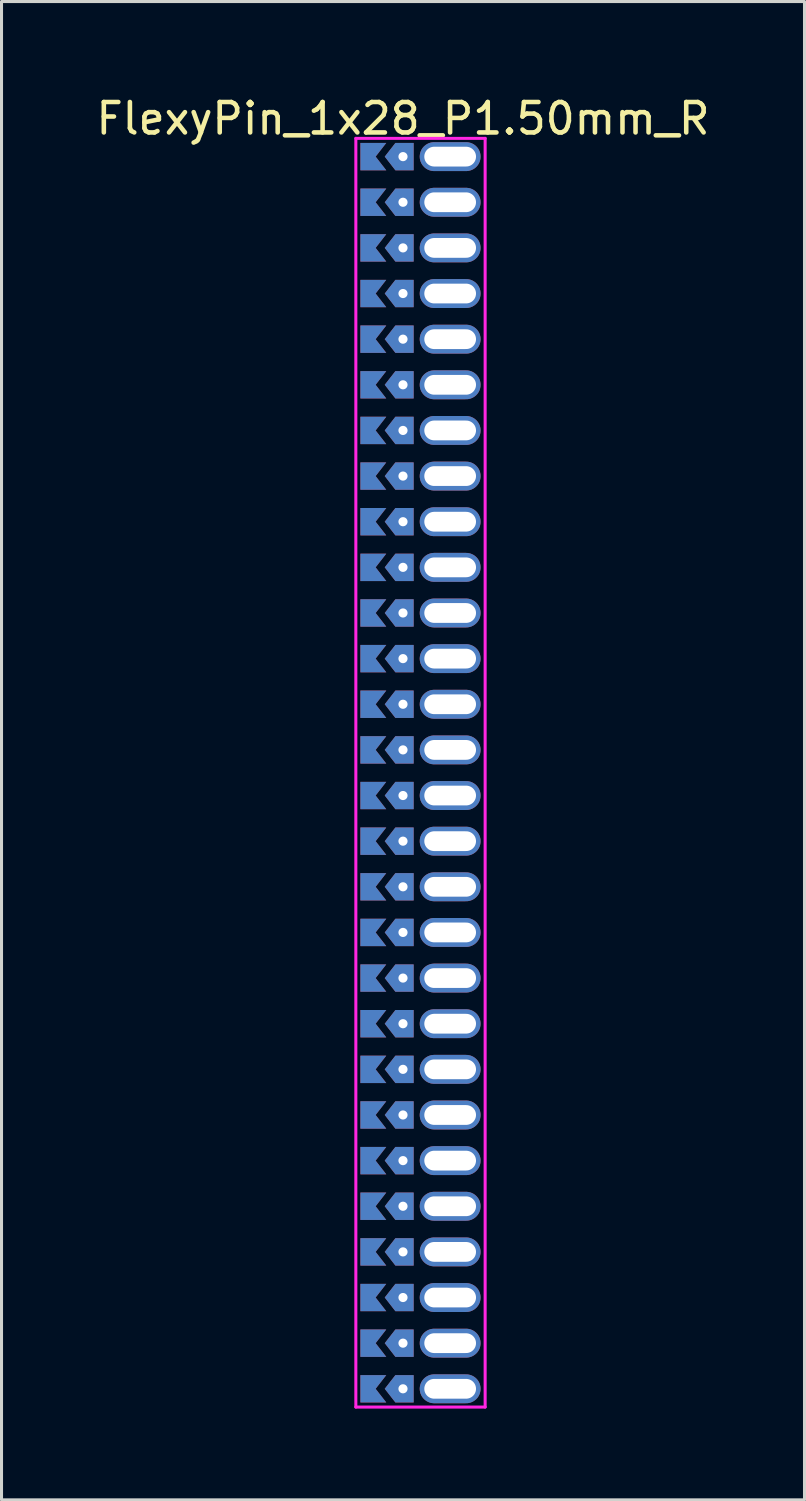
<source format=kicad_pcb>
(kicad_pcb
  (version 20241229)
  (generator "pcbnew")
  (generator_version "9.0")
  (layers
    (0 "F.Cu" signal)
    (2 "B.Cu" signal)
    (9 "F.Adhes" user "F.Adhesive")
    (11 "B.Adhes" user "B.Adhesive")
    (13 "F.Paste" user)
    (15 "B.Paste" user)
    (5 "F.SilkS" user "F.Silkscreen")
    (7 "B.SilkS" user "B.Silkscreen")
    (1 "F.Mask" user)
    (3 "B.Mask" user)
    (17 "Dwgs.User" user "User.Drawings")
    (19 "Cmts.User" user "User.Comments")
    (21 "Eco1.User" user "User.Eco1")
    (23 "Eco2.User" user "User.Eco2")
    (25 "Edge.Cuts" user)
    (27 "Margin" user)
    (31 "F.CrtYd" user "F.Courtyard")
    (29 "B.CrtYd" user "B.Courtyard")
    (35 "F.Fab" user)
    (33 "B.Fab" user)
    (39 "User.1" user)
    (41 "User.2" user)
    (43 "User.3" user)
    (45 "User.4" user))
  (footprint "FlexyPin_1x28_P1.50mm_R"
    (layer "F.Cu")
    (at 10.196 2.098)
    (property "Reference" "FlexyPin_1x28_P1.50mm_R" (at 0 -1.25 0) (layer "F.SilkS") (effects (font (size 1 1) (thickness 0.15))))
    (attr through_hole)
    (fp_line (start -1.55 -0.6) (end 2.7 -0.6) (stroke (width 0.1) (type solid)) (layer "F.CrtYd"))
    (fp_line (start -1.55 41.1) (end -1.55 -0.6) (stroke (width 0.1) (type solid)) (layer "F.CrtYd"))
    (fp_line (start 2.7 -0.6) (end 2.7 41.1) (stroke (width 0.1) (type solid)) (layer "F.CrtYd"))
    (fp_line (start 2.7 41.1) (end -1.55 41.1) (stroke (width 0.1) (type solid)) (layer "F.CrtYd"))
    (pad "" thru_hole custom (at 0 0) (size 0.3 0.3) (drill 0.6) (layers "*.Cu" "*.Mask") (options (anchor rect)) (primitives (gr_poly (pts (xy 0.35 0.45) (xy 0.35 -0.45) (xy -0.25 -0.45) (xy -0.6 0) (xy -0.25 0.45)) (width 0) (fill yes))))
    (pad "" thru_hole custom (at 0 1.5) (size 0.3 0.3) (drill 0.6) (layers "*.Cu" "*.Mask") (options (anchor rect)) (primitives (gr_poly (pts (xy 0.35 0.45) (xy 0.35 -0.45) (xy -0.25 -0.45) (xy -0.6 0) (xy -0.25 0.45)) (width 0) (fill yes))))
    (pad "" thru_hole custom (at 0 3) (size 0.3 0.3) (drill 0.6) (layers "*.Cu" "*.Mask") (options (anchor rect)) (primitives (gr_poly (pts (xy 0.35 0.45) (xy 0.35 -0.45) (xy -0.25 -0.45) (xy -0.6 0) (xy -0.25 0.45)) (width 0) (fill yes))))
    (pad "" thru_hole custom (at 0 4.5) (size 0.3 0.3) (drill 0.6) (layers "*.Cu" "*.Mask") (options (anchor rect)) (primitives (gr_poly (pts (xy 0.35 0.45) (xy 0.35 -0.45) (xy -0.25 -0.45) (xy -0.6 0) (xy -0.25 0.45)) (width 0) (fill yes))))
    (pad "" thru_hole custom (at 0 6) (size 0.3 0.3) (drill 0.6) (layers "*.Cu" "*.Mask") (options (anchor rect)) (primitives (gr_poly (pts (xy 0.35 0.45) (xy 0.35 -0.45) (xy -0.25 -0.45) (xy -0.6 0) (xy -0.25 0.45)) (width 0) (fill yes))))
    (pad "" thru_hole custom (at 0 7.5) (size 0.3 0.3) (drill 0.6) (layers "*.Cu" "*.Mask") (options (anchor rect)) (primitives (gr_poly (pts (xy 0.35 0.45) (xy 0.35 -0.45) (xy -0.25 -0.45) (xy -0.6 0) (xy -0.25 0.45)) (width 0) (fill yes))))
    (pad "" thru_hole custom (at 0 9) (size 0.3 0.3) (drill 0.6) (layers "*.Cu" "*.Mask") (options (anchor rect)) (primitives (gr_poly (pts (xy 0.35 0.45) (xy 0.35 -0.45) (xy -0.25 -0.45) (xy -0.6 0) (xy -0.25 0.45)) (width 0) (fill yes))))
    (pad "" thru_hole custom (at 0 10.5) (size 0.3 0.3) (drill 0.6) (layers "*.Cu" "*.Mask") (options (anchor rect)) (primitives (gr_poly (pts (xy 0.35 0.45) (xy 0.35 -0.45) (xy -0.25 -0.45) (xy -0.6 0) (xy -0.25 0.45)) (width 0) (fill yes))))
    (pad "" thru_hole custom (at 0 12) (size 0.3 0.3) (drill 0.6) (layers "*.Cu" "*.Mask") (options (anchor rect)) (primitives (gr_poly (pts (xy 0.35 0.45) (xy 0.35 -0.45) (xy -0.25 -0.45) (xy -0.6 0) (xy -0.25 0.45)) (width 0) (fill yes))))
    (pad "" thru_hole custom (at 0 13.5) (size 0.3 0.3) (drill 0.6) (layers "*.Cu" "*.Mask") (options (anchor rect)) (primitives (gr_poly (pts (xy 0.35 0.45) (xy 0.35 -0.45) (xy -0.25 -0.45) (xy -0.6 0) (xy -0.25 0.45)) (width 0) (fill yes))))
    (pad "" thru_hole custom (at 0 15) (size 0.3 0.3) (drill 0.6) (layers "*.Cu" "*.Mask") (options (anchor rect)) (primitives (gr_poly (pts (xy 0.35 0.45) (xy 0.35 -0.45) (xy -0.25 -0.45) (xy -0.6 0) (xy -0.25 0.45)) (width 0) (fill yes))))
    (pad "" thru_hole custom (at 0 16.5) (size 0.3 0.3) (drill 0.6) (layers "*.Cu" "*.Mask") (options (anchor rect)) (primitives (gr_poly (pts (xy 0.35 0.45) (xy 0.35 -0.45) (xy -0.25 -0.45) (xy -0.6 0) (xy -0.25 0.45)) (width 0) (fill yes))))
    (pad "" thru_hole custom (at 0 18) (size 0.3 0.3) (drill 0.6) (layers "*.Cu" "*.Mask") (options (anchor rect)) (primitives (gr_poly (pts (xy 0.35 0.45) (xy 0.35 -0.45) (xy -0.25 -0.45) (xy -0.6 0) (xy -0.25 0.45)) (width 0) (fill yes))))
    (pad "" thru_hole custom (at 0 19.5) (size 0.3 0.3) (drill 0.6) (layers "*.Cu" "*.Mask") (options (anchor rect)) (primitives (gr_poly (pts (xy 0.35 0.45) (xy 0.35 -0.45) (xy -0.25 -0.45) (xy -0.6 0) (xy -0.25 0.45)) (width 0) (fill yes))))
    (pad "" thru_hole custom (at 0 21) (size 0.3 0.3) (drill 0.6) (layers "*.Cu" "*.Mask") (options (anchor rect)) (primitives (gr_poly (pts (xy 0.35 0.45) (xy 0.35 -0.45) (xy -0.25 -0.45) (xy -0.6 0) (xy -0.25 0.45)) (width 0) (fill yes))))
    (pad "" thru_hole custom (at 0 22.5) (size 0.3 0.3) (drill 0.6) (layers "*.Cu" "*.Mask") (options (anchor rect)) (primitives (gr_poly (pts (xy 0.35 0.45) (xy 0.35 -0.45) (xy -0.25 -0.45) (xy -0.6 0) (xy -0.25 0.45)) (width 0) (fill yes))))
    (pad "" thru_hole custom (at 0 24) (size 0.3 0.3) (drill 0.6) (layers "*.Cu" "*.Mask") (options (anchor rect)) (primitives (gr_poly (pts (xy 0.35 0.45) (xy 0.35 -0.45) (xy -0.25 -0.45) (xy -0.6 0) (xy -0.25 0.45)) (width 0) (fill yes))))
    (pad "" thru_hole custom (at 0 25.5) (size 0.3 0.3) (drill 0.6) (layers "*.Cu" "*.Mask") (options (anchor rect)) (primitives (gr_poly (pts (xy 0.35 0.45) (xy 0.35 -0.45) (xy -0.25 -0.45) (xy -0.6 0) (xy -0.25 0.45)) (width 0) (fill yes))))
    (pad "" thru_hole custom (at 0 27) (size 0.3 0.3) (drill 0.6) (layers "*.Cu" "*.Mask") (options (anchor rect)) (primitives (gr_poly (pts (xy 0.35 0.45) (xy 0.35 -0.45) (xy -0.25 -0.45) (xy -0.6 0) (xy -0.25 0.45)) (width 0) (fill yes))))
    (pad "" thru_hole custom (at 0 28.5) (size 0.3 0.3) (drill 0.6) (layers "*.Cu" "*.Mask") (options (anchor rect)) (primitives (gr_poly (pts (xy 0.35 0.45) (xy 0.35 -0.45) (xy -0.25 -0.45) (xy -0.6 0) (xy -0.25 0.45)) (width 0) (fill yes))))
    (pad "" thru_hole custom (at 0 30) (size 0.3 0.3) (drill 0.6) (layers "*.Cu" "*.Mask") (options (anchor rect)) (primitives (gr_poly (pts (xy 0.35 0.45) (xy 0.35 -0.45) (xy -0.25 -0.45) (xy -0.6 0) (xy -0.25 0.45)) (width 0) (fill yes))))
    (pad "" thru_hole custom (at 0 31.5) (size 0.3 0.3) (drill 0.6) (layers "*.Cu" "*.Mask") (options (anchor rect)) (primitives (gr_poly (pts (xy 0.35 0.45) (xy 0.35 -0.45) (xy -0.25 -0.45) (xy -0.6 0) (xy -0.25 0.45)) (width 0) (fill yes))))
    (pad "" thru_hole custom (at 0 33) (size 0.3 0.3) (drill 0.6) (layers "*.Cu" "*.Mask") (options (anchor rect)) (primitives (gr_poly (pts (xy 0.35 0.45) (xy 0.35 -0.45) (xy -0.25 -0.45) (xy -0.6 0) (xy -0.25 0.45)) (width 0) (fill yes))))
    (pad "" thru_hole custom (at 0 34.5) (size 0.3 0.3) (drill 0.6) (layers "*.Cu" "*.Mask") (options (anchor rect)) (primitives (gr_poly (pts (xy 0.35 0.45) (xy 0.35 -0.45) (xy -0.25 -0.45) (xy -0.6 0) (xy -0.25 0.45)) (width 0) (fill yes))))
    (pad "" thru_hole custom (at 0 36) (size 0.3 0.3) (drill 0.6) (layers "*.Cu" "*.Mask") (options (anchor rect)) (primitives (gr_poly (pts (xy 0.35 0.45) (xy 0.35 -0.45) (xy -0.25 -0.45) (xy -0.6 0) (xy -0.25 0.45)) (width 0) (fill yes))))
    (pad "" thru_hole custom (at 0 37.5) (size 0.3 0.3) (drill 0.6) (layers "*.Cu" "*.Mask") (options (anchor rect)) (primitives (gr_poly (pts (xy 0.35 0.45) (xy 0.35 -0.45) (xy -0.25 -0.45) (xy -0.6 0) (xy -0.25 0.45)) (width 0) (fill yes))))
    (pad "" thru_hole custom (at 0 39) (size 0.3 0.3) (drill 0.6) (layers "*.Cu" "*.Mask") (options (anchor rect)) (primitives (gr_poly (pts (xy 0.35 0.45) (xy 0.35 -0.45) (xy -0.25 -0.45) (xy -0.6 0) (xy -0.25 0.45)) (width 0) (fill yes))))
    (pad "" thru_hole custom (at 0 40.5) (size 0.3 0.3) (drill 0.6) (layers "*.Cu" "*.Mask") (options (anchor rect)) (primitives (gr_poly (pts (xy 0.35 0.45) (xy 0.35 -0.45) (xy -0.25 -0.45) (xy -0.6 0) (xy -0.25 0.45)) (width 0) (fill yes))))
    (pad "" thru_hole oval (at 1.55 0) (size 2 0.95) (drill oval 1.7 0.65) (layers "*.Cu" "*.Mask"))
    (pad "" thru_hole oval (at 1.55 1.5) (size 2 0.95) (drill oval 1.7 0.65) (layers "*.Cu" "*.Mask"))
    (pad "" thru_hole oval (at 1.55 3) (size 2 0.95) (drill oval 1.7 0.65) (layers "*.Cu" "*.Mask"))
    (pad "" thru_hole oval (at 1.55 4.5) (size 2 0.95) (drill oval 1.7 0.65) (layers "*.Cu" "*.Mask"))
    (pad "" thru_hole oval (at 1.55 6) (size 2 0.95) (drill oval 1.7 0.65) (layers "*.Cu" "*.Mask"))
    (pad "" thru_hole oval (at 1.55 7.5) (size 2 0.95) (drill oval 1.7 0.65) (layers "*.Cu" "*.Mask"))
    (pad "" thru_hole oval (at 1.55 9) (size 2 0.95) (drill oval 1.7 0.65) (layers "*.Cu" "*.Mask"))
    (pad "" thru_hole oval (at 1.55 10.5) (size 2 0.95) (drill oval 1.7 0.65) (layers "*.Cu" "*.Mask"))
    (pad "" thru_hole oval (at 1.55 12) (size 2 0.95) (drill oval 1.7 0.65) (layers "*.Cu" "*.Mask"))
    (pad "" thru_hole oval (at 1.55 13.5) (size 2 0.95) (drill oval 1.7 0.65) (layers "*.Cu" "*.Mask"))
    (pad "" thru_hole oval (at 1.55 15) (size 2 0.95) (drill oval 1.7 0.65) (layers "*.Cu" "*.Mask"))
    (pad "" thru_hole oval (at 1.55 16.5) (size 2 0.95) (drill oval 1.7 0.65) (layers "*.Cu" "*.Mask"))
    (pad "" thru_hole oval (at 1.55 18) (size 2 0.95) (drill oval 1.7 0.65) (layers "*.Cu" "*.Mask"))
    (pad "" thru_hole oval (at 1.55 19.5) (size 2 0.95) (drill oval 1.7 0.65) (layers "*.Cu" "*.Mask"))
    (pad "" thru_hole oval (at 1.55 21) (size 2 0.95) (drill oval 1.7 0.65) (layers "*.Cu" "*.Mask"))
    (pad "" thru_hole oval (at 1.55 22.5) (size 2 0.95) (drill oval 1.7 0.65) (layers "*.Cu" "*.Mask"))
    (pad "" thru_hole oval (at 1.55 24) (size 2 0.95) (drill oval 1.7 0.65) (layers "*.Cu" "*.Mask"))
    (pad "" thru_hole oval (at 1.55 25.5) (size 2 0.95) (drill oval 1.7 0.65) (layers "*.Cu" "*.Mask"))
    (pad "" thru_hole oval (at 1.55 27) (size 2 0.95) (drill oval 1.7 0.65) (layers "*.Cu" "*.Mask"))
    (pad "" thru_hole oval (at 1.55 28.5) (size 2 0.95) (drill oval 1.7 0.65) (layers "*.Cu" "*.Mask"))
    (pad "" thru_hole oval (at 1.55 30) (size 2 0.95) (drill oval 1.7 0.65) (layers "*.Cu" "*.Mask"))
    (pad "" thru_hole oval (at 1.55 31.5) (size 2 0.95) (drill oval 1.7 0.65) (layers "*.Cu" "*.Mask"))
    (pad "" thru_hole oval (at 1.55 33) (size 2 0.95) (drill oval 1.7 0.65) (layers "*.Cu" "*.Mask"))
    (pad "" thru_hole oval (at 1.55 34.5) (size 2 0.95) (drill oval 1.7 0.65) (layers "*.Cu" "*.Mask"))
    (pad "" thru_hole oval (at 1.55 36) (size 2 0.95) (drill oval 1.7 0.65) (layers "*.Cu" "*.Mask"))
    (pad "" thru_hole oval (at 1.55 37.5) (size 2 0.95) (drill oval 1.7 0.65) (layers "*.Cu" "*.Mask"))
    (pad "" thru_hole oval (at 1.55 39) (size 2 0.95) (drill oval 1.7 0.65) (layers "*.Cu" "*.Mask"))
    (pad "" thru_hole oval (at 1.55 40.5) (size 2 0.95) (drill oval 1.7 0.65) (layers "*.Cu" "*.Mask"))
    (pad "1" smd custom (at -0.9 0) (size 0.01 0.01) (layers "F.Cu" "F.Mask") (options (anchor rect)) (primitives (gr_poly (pts (xy 0 0) (xy 0.35 0.45) (xy -0.5 0.45) (xy -0.5 -0.45) (xy 0.35 -0.45)) (width 0) (fill yes))))
    (pad "2" smd custom (at -0.9 1.5) (size 0.01 0.01) (layers "F.Cu" "F.Mask") (options (anchor rect)) (primitives (gr_poly (pts (xy 0 0) (xy 0.35 0.45) (xy -0.5 0.45) (xy -0.5 -0.45) (xy 0.35 -0.45)) (width 0) (fill yes))))
    (pad "3" smd custom (at -0.9 3) (size 0.01 0.01) (layers "F.Cu" "F.Mask") (options (anchor rect)) (primitives (gr_poly (pts (xy 0 0) (xy 0.35 0.45) (xy -0.5 0.45) (xy -0.5 -0.45) (xy 0.35 -0.45)) (width 0) (fill yes))))
    (pad "4" smd custom (at -0.9 4.5) (size 0.01 0.01) (layers "F.Cu" "F.Mask") (options (anchor rect)) (primitives (gr_poly (pts (xy 0 0) (xy 0.35 0.45) (xy -0.5 0.45) (xy -0.5 -0.45) (xy 0.35 -0.45)) (width 0) (fill yes))))
    (pad "5" smd custom (at -0.9 6) (size 0.01 0.01) (layers "F.Cu" "F.Mask") (options (anchor rect)) (primitives (gr_poly (pts (xy 0 0) (xy 0.35 0.45) (xy -0.5 0.45) (xy -0.5 -0.45) (xy 0.35 -0.45)) (width 0) (fill yes))))
    (pad "6" smd custom (at -0.9 7.5) (size 0.01 0.01) (layers "F.Cu" "F.Mask") (options (anchor rect)) (primitives (gr_poly (pts (xy 0 0) (xy 0.35 0.45) (xy -0.5 0.45) (xy -0.5 -0.45) (xy 0.35 -0.45)) (width 0) (fill yes))))
    (pad "7" smd custom (at -0.9 9) (size 0.01 0.01) (layers "F.Cu" "F.Mask") (options (anchor rect)) (primitives (gr_poly (pts (xy 0 0) (xy 0.35 0.45) (xy -0.5 0.45) (xy -0.5 -0.45) (xy 0.35 -0.45)) (width 0) (fill yes))))
    (pad "8" smd custom (at -0.9 10.5) (size 0.01 0.01) (layers "F.Cu" "F.Mask") (options (anchor rect)) (primitives (gr_poly (pts (xy 0 0) (xy 0.35 0.45) (xy -0.5 0.45) (xy -0.5 -0.45) (xy 0.35 -0.45)) (width 0) (fill yes))))
    (pad "9" smd custom (at -0.9 12) (size 0.01 0.01) (layers "F.Cu" "F.Mask") (options (anchor rect)) (primitives (gr_poly (pts (xy 0 0) (xy 0.35 0.45) (xy -0.5 0.45) (xy -0.5 -0.45) (xy 0.35 -0.45)) (width 0) (fill yes))))
    (pad "10" smd custom (at -0.9 13.5) (size 0.01 0.01) (layers "F.Cu" "F.Mask") (options (anchor rect)) (primitives (gr_poly (pts (xy 0 0) (xy 0.35 0.45) (xy -0.5 0.45) (xy -0.5 -0.45) (xy 0.35 -0.45)) (width 0) (fill yes))))
    (pad "11" smd custom (at -0.9 15) (size 0.01 0.01) (layers "F.Cu" "F.Mask") (options (anchor rect)) (primitives (gr_poly (pts (xy 0 0) (xy 0.35 0.45) (xy -0.5 0.45) (xy -0.5 -0.45) (xy 0.35 -0.45)) (width 0) (fill yes))))
    (pad "12" smd custom (at -0.9 16.5) (size 0.01 0.01) (layers "F.Cu" "F.Mask") (options (anchor rect)) (primitives (gr_poly (pts (xy 0 0) (xy 0.35 0.45) (xy -0.5 0.45) (xy -0.5 -0.45) (xy 0.35 -0.45)) (width 0) (fill yes))))
    (pad "13" smd custom (at -0.9 18) (size 0.01 0.01) (layers "F.Cu" "F.Mask") (options (anchor rect)) (primitives (gr_poly (pts (xy 0 0) (xy 0.35 0.45) (xy -0.5 0.45) (xy -0.5 -0.45) (xy 0.35 -0.45)) (width 0) (fill yes))))
    (pad "14" smd custom (at -0.9 19.5) (size 0.01 0.01) (layers "F.Cu" "F.Mask") (options (anchor rect)) (primitives (gr_poly (pts (xy 0 0) (xy 0.35 0.45) (xy -0.5 0.45) (xy -0.5 -0.45) (xy 0.35 -0.45)) (width 0) (fill yes))))
    (pad "15" smd custom (at -0.9 21) (size 0.01 0.01) (layers "F.Cu" "F.Mask") (options (anchor rect)) (primitives (gr_poly (pts (xy 0 0) (xy 0.35 0.45) (xy -0.5 0.45) (xy -0.5 -0.45) (xy 0.35 -0.45)) (width 0) (fill yes))))
    (pad "16" smd custom (at -0.9 22.5) (size 0.01 0.01) (layers "F.Cu" "F.Mask") (options (anchor rect)) (primitives (gr_poly (pts (xy 0 0) (xy 0.35 0.45) (xy -0.5 0.45) (xy -0.5 -0.45) (xy 0.35 -0.45)) (width 0) (fill yes))))
    (pad "17" smd custom (at -0.9 24) (size 0.01 0.01) (layers "F.Cu" "F.Mask") (options (anchor rect)) (primitives (gr_poly (pts (xy 0 0) (xy 0.35 0.45) (xy -0.5 0.45) (xy -0.5 -0.45) (xy 0.35 -0.45)) (width 0) (fill yes))))
    (pad "18" smd custom (at -0.9 25.5) (size 0.01 0.01) (layers "F.Cu" "F.Mask") (options (anchor rect)) (primitives (gr_poly (pts (xy 0 0) (xy 0.35 0.45) (xy -0.5 0.45) (xy -0.5 -0.45) (xy 0.35 -0.45)) (width 0) (fill yes))))
    (pad "19" smd custom (at -0.9 27) (size 0.01 0.01) (layers "F.Cu" "F.Mask") (options (anchor rect)) (primitives (gr_poly (pts (xy 0 0) (xy 0.35 0.45) (xy -0.5 0.45) (xy -0.5 -0.45) (xy 0.35 -0.45)) (width 0) (fill yes))))
    (pad "20" smd custom (at -0.9 28.5) (size 0.01 0.01) (layers "F.Cu" "F.Mask") (options (anchor rect)) (primitives (gr_poly (pts (xy 0 0) (xy 0.35 0.45) (xy -0.5 0.45) (xy -0.5 -0.45) (xy 0.35 -0.45)) (width 0) (fill yes))))
    (pad "21" smd custom (at -0.9 30) (size 0.01 0.01) (layers "F.Cu" "F.Mask") (options (anchor rect)) (primitives (gr_poly (pts (xy 0 0) (xy 0.35 0.45) (xy -0.5 0.45) (xy -0.5 -0.45) (xy 0.35 -0.45)) (width 0) (fill yes))))
    (pad "22" smd custom (at -0.9 31.5) (size 0.01 0.01) (layers "F.Cu" "F.Mask") (options (anchor rect)) (primitives (gr_poly (pts (xy 0 0) (xy 0.35 0.45) (xy -0.5 0.45) (xy -0.5 -0.45) (xy 0.35 -0.45)) (width 0) (fill yes))))
    (pad "23" smd custom (at -0.9 33) (size 0.01 0.01) (layers "F.Cu" "F.Mask") (options (anchor rect)) (primitives (gr_poly (pts (xy 0 0) (xy 0.35 0.45) (xy -0.5 0.45) (xy -0.5 -0.45) (xy 0.35 -0.45)) (width 0) (fill yes))))
    (pad "24" smd custom (at -0.9 34.5) (size 0.01 0.01) (layers "F.Cu" "F.Mask") (options (anchor rect)) (primitives (gr_poly (pts (xy 0 0) (xy 0.35 0.45) (xy -0.5 0.45) (xy -0.5 -0.45) (xy 0.35 -0.45)) (width 0) (fill yes))))
    (pad "25" smd custom (at -0.9 36) (size 0.01 0.01) (layers "F.Cu" "F.Mask") (options (anchor rect)) (primitives (gr_poly (pts (xy 0 0) (xy 0.35 0.45) (xy -0.5 0.45) (xy -0.5 -0.45) (xy 0.35 -0.45)) (width 0) (fill yes))))
    (pad "26" smd custom (at -0.9 37.5) (size 0.01 0.01) (layers "F.Cu" "F.Mask") (options (anchor rect)) (primitives (gr_poly (pts (xy 0 0) (xy 0.35 0.45) (xy -0.5 0.45) (xy -0.5 -0.45) (xy 0.35 -0.45)) (width 0) (fill yes))))
    (pad "27" smd custom (at -0.9 39) (size 0.01 0.01) (layers "F.Cu" "F.Mask") (options (anchor rect)) (primitives (gr_poly (pts (xy 0 0) (xy 0.35 0.45) (xy -0.5 0.45) (xy -0.5 -0.45) (xy 0.35 -0.45)) (width 0) (fill yes))))
    (pad "28" smd custom (at -0.9 40.5) (size 0.01 0.01) (layers "F.Cu" "F.Mask") (options (anchor rect)) (primitives (gr_poly (pts (xy 0 0) (xy 0.35 0.45) (xy -0.5 0.45) (xy -0.5 -0.45) (xy 0.35 -0.45)) (width 0) (fill yes))))
    (pad "29" smd custom (at -0.9 0) (size 0.01 0.01) (layers "B.Cu" "B.Mask") (options (anchor rect)) (primitives (gr_poly (pts (xy 0 0) (xy 0.35 0.45) (xy -0.5 0.45) (xy -0.5 -0.45) (xy 0.35 -0.45)) (width 0) (fill yes))))
    (pad "30" smd custom (at -0.9 1.5) (size 0.01 0.01) (layers "B.Cu" "B.Mask") (options (anchor rect)) (primitives (gr_poly (pts (xy 0 0) (xy 0.35 0.45) (xy -0.5 0.45) (xy -0.5 -0.45) (xy 0.35 -0.45)) (width 0) (fill yes))))
    (pad "31" smd custom (at -0.9 3) (size 0.01 0.01) (layers "B.Cu" "B.Mask") (options (anchor rect)) (primitives (gr_poly (pts (xy 0 0) (xy 0.35 0.45) (xy -0.5 0.45) (xy -0.5 -0.45) (xy 0.35 -0.45)) (width 0) (fill yes))))
    (pad "32" smd custom (at -0.9 4.5) (size 0.01 0.01) (layers "B.Cu" "B.Mask") (options (anchor rect)) (primitives (gr_poly (pts (xy 0 0) (xy 0.35 0.45) (xy -0.5 0.45) (xy -0.5 -0.45) (xy 0.35 -0.45)) (width 0) (fill yes))))
    (pad "33" smd custom (at -0.9 6) (size 0.01 0.01) (layers "B.Cu" "B.Mask") (options (anchor rect)) (primitives (gr_poly (pts (xy 0 0) (xy 0.35 0.45) (xy -0.5 0.45) (xy -0.5 -0.45) (xy 0.35 -0.45)) (width 0) (fill yes))))
    (pad "34" smd custom (at -0.9 7.5) (size 0.01 0.01) (layers "B.Cu" "B.Mask") (options (anchor rect)) (primitives (gr_poly (pts (xy 0 0) (xy 0.35 0.45) (xy -0.5 0.45) (xy -0.5 -0.45) (xy 0.35 -0.45)) (width 0) (fill yes))))
    (pad "35" smd custom (at -0.9 9) (size 0.01 0.01) (layers "B.Cu" "B.Mask") (options (anchor rect)) (primitives (gr_poly (pts (xy 0 0) (xy 0.35 0.45) (xy -0.5 0.45) (xy -0.5 -0.45) (xy 0.35 -0.45)) (width 0) (fill yes))))
    (pad "36" smd custom (at -0.9 10.5) (size 0.01 0.01) (layers "B.Cu" "B.Mask") (options (anchor rect)) (primitives (gr_poly (pts (xy 0 0) (xy 0.35 0.45) (xy -0.5 0.45) (xy -0.5 -0.45) (xy 0.35 -0.45)) (width 0) (fill yes))))
    (pad "37" smd custom (at -0.9 12) (size 0.01 0.01) (layers "B.Cu" "B.Mask") (options (anchor rect)) (primitives (gr_poly (pts (xy 0 0) (xy 0.35 0.45) (xy -0.5 0.45) (xy -0.5 -0.45) (xy 0.35 -0.45)) (width 0) (fill yes))))
    (pad "38" smd custom (at -0.9 13.5) (size 0.01 0.01) (layers "B.Cu" "B.Mask") (options (anchor rect)) (primitives (gr_poly (pts (xy 0 0) (xy 0.35 0.45) (xy -0.5 0.45) (xy -0.5 -0.45) (xy 0.35 -0.45)) (width 0) (fill yes))))
    (pad "39" smd custom (at -0.9 15) (size 0.01 0.01) (layers "B.Cu" "B.Mask") (options (anchor rect)) (primitives (gr_poly (pts (xy 0 0) (xy 0.35 0.45) (xy -0.5 0.45) (xy -0.5 -0.45) (xy 0.35 -0.45)) (width 0) (fill yes))))
    (pad "40" smd custom (at -0.9 16.5) (size 0.01 0.01) (layers "B.Cu" "B.Mask") (options (anchor rect)) (primitives (gr_poly (pts (xy 0 0) (xy 0.35 0.45) (xy -0.5 0.45) (xy -0.5 -0.45) (xy 0.35 -0.45)) (width 0) (fill yes))))
    (pad "41" smd custom (at -0.9 18) (size 0.01 0.01) (layers "B.Cu" "B.Mask") (options (anchor rect)) (primitives (gr_poly (pts (xy 0 0) (xy 0.35 0.45) (xy -0.5 0.45) (xy -0.5 -0.45) (xy 0.35 -0.45)) (width 0) (fill yes))))
    (pad "42" smd custom (at -0.9 19.5) (size 0.01 0.01) (layers "B.Cu" "B.Mask") (options (anchor rect)) (primitives (gr_poly (pts (xy 0 0) (xy 0.35 0.45) (xy -0.5 0.45) (xy -0.5 -0.45) (xy 0.35 -0.45)) (width 0) (fill yes))))
    (pad "43" smd custom (at -0.9 21) (size 0.01 0.01) (layers "B.Cu" "B.Mask") (options (anchor rect)) (primitives (gr_poly (pts (xy 0 0) (xy 0.35 0.45) (xy -0.5 0.45) (xy -0.5 -0.45) (xy 0.35 -0.45)) (width 0) (fill yes))))
    (pad "44" smd custom (at -0.9 22.5) (size 0.01 0.01) (layers "B.Cu" "B.Mask") (options (anchor rect)) (primitives (gr_poly (pts (xy 0 0) (xy 0.35 0.45) (xy -0.5 0.45) (xy -0.5 -0.45) (xy 0.35 -0.45)) (width 0) (fill yes))))
    (pad "45" smd custom (at -0.9 24) (size 0.01 0.01) (layers "B.Cu" "B.Mask") (options (anchor rect)) (primitives (gr_poly (pts (xy 0 0) (xy 0.35 0.45) (xy -0.5 0.45) (xy -0.5 -0.45) (xy 0.35 -0.45)) (width 0) (fill yes))))
    (pad "46" smd custom (at -0.9 25.5) (size 0.01 0.01) (layers "B.Cu" "B.Mask") (options (anchor rect)) (primitives (gr_poly (pts (xy 0 0) (xy 0.35 0.45) (xy -0.5 0.45) (xy -0.5 -0.45) (xy 0.35 -0.45)) (width 0) (fill yes))))
    (pad "47" smd custom (at -0.9 27) (size 0.01 0.01) (layers "B.Cu" "B.Mask") (options (anchor rect)) (primitives (gr_poly (pts (xy 0 0) (xy 0.35 0.45) (xy -0.5 0.45) (xy -0.5 -0.45) (xy 0.35 -0.45)) (width 0) (fill yes))))
    (pad "48" smd custom (at -0.9 28.5) (size 0.01 0.01) (layers "B.Cu" "B.Mask") (options (anchor rect)) (primitives (gr_poly (pts (xy 0 0) (xy 0.35 0.45) (xy -0.5 0.45) (xy -0.5 -0.45) (xy 0.35 -0.45)) (width 0) (fill yes))))
    (pad "49" smd custom (at -0.9 30) (size 0.01 0.01) (layers "B.Cu" "B.Mask") (options (anchor rect)) (primitives (gr_poly (pts (xy 0 0) (xy 0.35 0.45) (xy -0.5 0.45) (xy -0.5 -0.45) (xy 0.35 -0.45)) (width 0) (fill yes))))
    (pad "50" smd custom (at -0.9 31.5) (size 0.01 0.01) (layers "B.Cu" "B.Mask") (options (anchor rect)) (primitives (gr_poly (pts (xy 0 0) (xy 0.35 0.45) (xy -0.5 0.45) (xy -0.5 -0.45) (xy 0.35 -0.45)) (width 0) (fill yes))))
    (pad "51" smd custom (at -0.9 33) (size 0.01 0.01) (layers "B.Cu" "B.Mask") (options (anchor rect)) (primitives (gr_poly (pts (xy 0 0) (xy 0.35 0.45) (xy -0.5 0.45) (xy -0.5 -0.45) (xy 0.35 -0.45)) (width 0) (fill yes))))
    (pad "52" smd custom (at -0.9 34.5) (size 0.01 0.01) (layers "B.Cu" "B.Mask") (options (anchor rect)) (primitives (gr_poly (pts (xy 0 0) (xy 0.35 0.45) (xy -0.5 0.45) (xy -0.5 -0.45) (xy 0.35 -0.45)) (width 0) (fill yes))))
    (pad "53" smd custom (at -0.9 36) (size 0.01 0.01) (layers "B.Cu" "B.Mask") (options (anchor rect)) (primitives (gr_poly (pts (xy 0 0) (xy 0.35 0.45) (xy -0.5 0.45) (xy -0.5 -0.45) (xy 0.35 -0.45)) (width 0) (fill yes))))
    (pad "54" smd custom (at -0.9 37.5) (size 0.01 0.01) (layers "B.Cu" "B.Mask") (options (anchor rect)) (primitives (gr_poly (pts (xy 0 0) (xy 0.35 0.45) (xy -0.5 0.45) (xy -0.5 -0.45) (xy 0.35 -0.45)) (width 0) (fill yes))))
    (pad "55" smd custom (at -0.9 39) (size 0.01 0.01) (layers "B.Cu" "B.Mask") (options (anchor rect)) (primitives (gr_poly (pts (xy 0 0) (xy 0.35 0.45) (xy -0.5 0.45) (xy -0.5 -0.45) (xy 0.35 -0.45)) (width 0) (fill yes))))
    (pad "56" smd custom (at -0.9 40.5) (size 0.01 0.01) (layers "B.Cu" "B.Mask") (options (anchor rect)) (primitives (gr_poly (pts (xy 0 0) (xy 0.35 0.45) (xy -0.5 0.45) (xy -0.5 -0.45) (xy 0.35 -0.45)) (width 0) (fill yes)))))
  (gr_rect
    (start -3 -3)
    (end 23.393 46.248)
    (stroke (width 0.1) (type default))
    (fill no)
    (layer "Edge.Cuts")))
</source>
